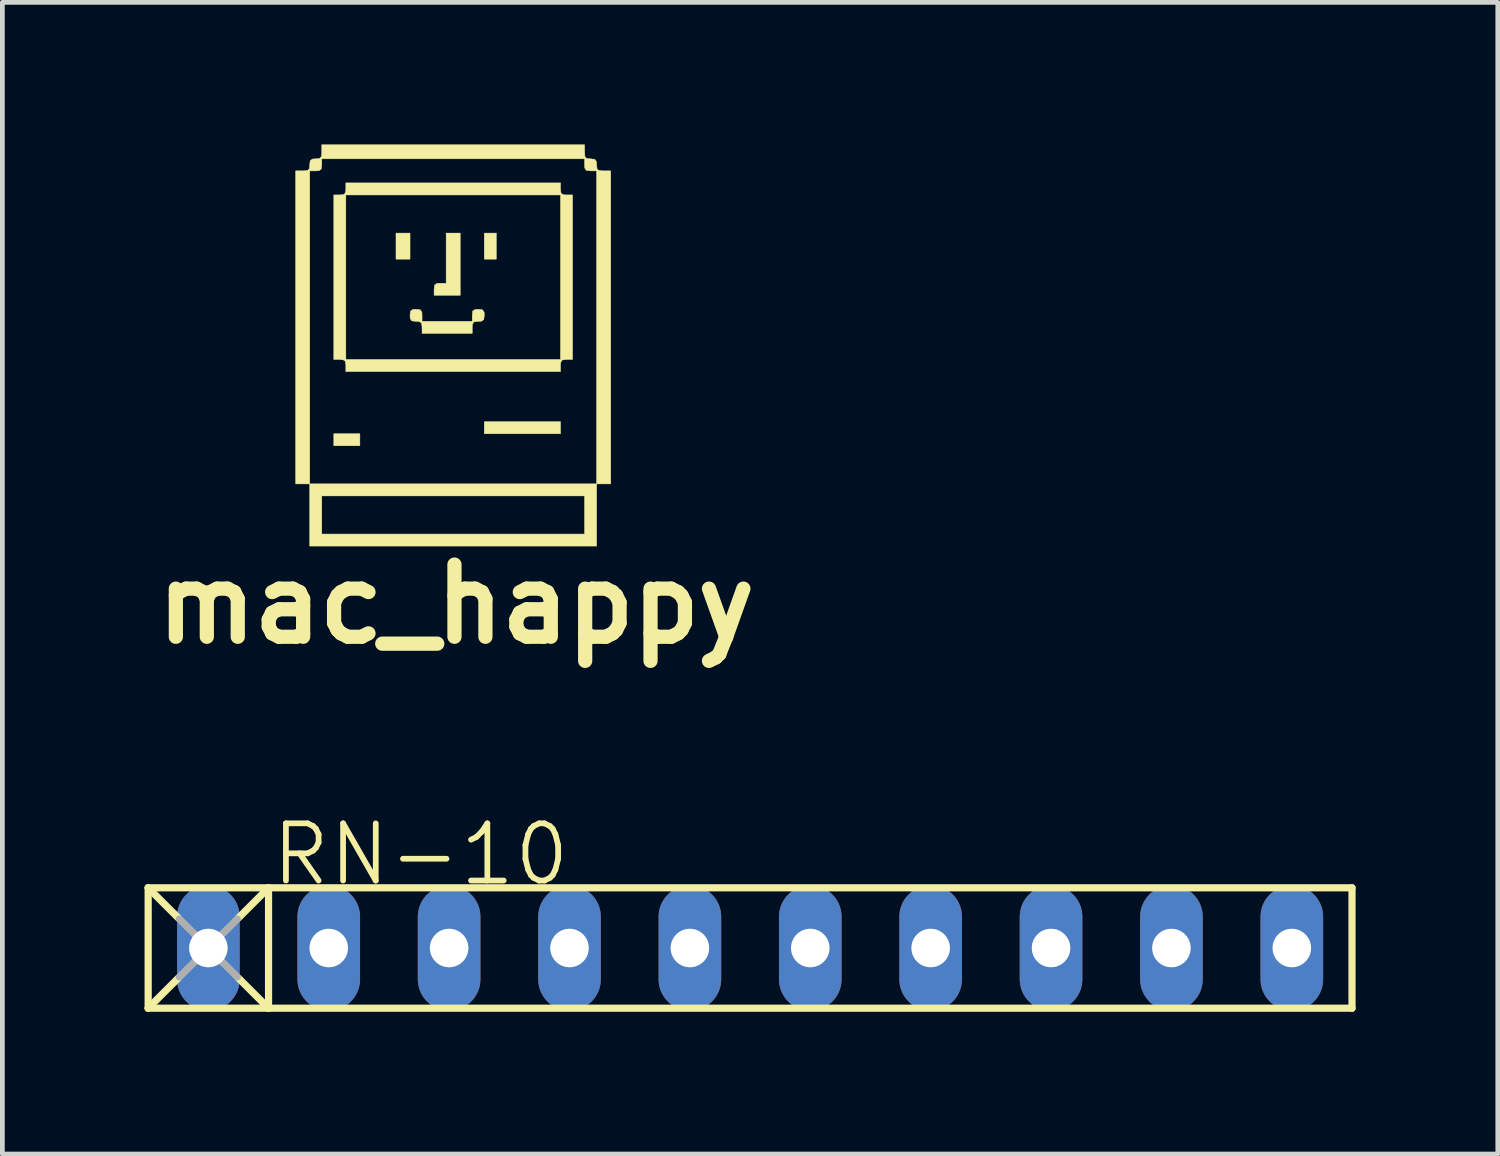
<source format=kicad_pcb>
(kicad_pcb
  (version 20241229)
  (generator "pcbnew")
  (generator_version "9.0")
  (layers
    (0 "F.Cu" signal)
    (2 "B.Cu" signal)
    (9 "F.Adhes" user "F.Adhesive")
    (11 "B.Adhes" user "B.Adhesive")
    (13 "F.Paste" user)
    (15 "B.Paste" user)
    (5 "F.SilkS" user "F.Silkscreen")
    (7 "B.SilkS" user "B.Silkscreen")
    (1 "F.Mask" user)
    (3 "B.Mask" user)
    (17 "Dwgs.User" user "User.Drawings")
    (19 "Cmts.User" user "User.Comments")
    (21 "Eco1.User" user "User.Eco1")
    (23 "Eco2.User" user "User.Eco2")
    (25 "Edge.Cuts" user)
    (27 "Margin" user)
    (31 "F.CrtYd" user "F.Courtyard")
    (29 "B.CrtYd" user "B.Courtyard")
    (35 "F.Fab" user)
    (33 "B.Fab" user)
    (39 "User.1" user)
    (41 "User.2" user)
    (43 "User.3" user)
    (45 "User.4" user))
  (footprint "mac_happy"
    (layer "F.Cu")
    (at 6.575 4.196)
    (property "Reference" "mac_happy" (at 0 5.5 0) (layer "F.SilkS") (effects (font (size 1.524 1.524) (thickness 0.3))))
    (attr through_hole)
    (fp_poly (pts (xy -2.032 2.159) (xy -2.582 2.159) (xy -2.582 1.905) (xy -2.032 1.905) (xy -2.032 2.159)) (stroke (width 0.01) (type solid)) (fill yes) (layer "F.SilkS"))
    (fp_poly (pts (xy -0.974 -1.778) (xy -1.27 -1.778) (xy -1.27 -2.328) (xy -0.974 -2.328) (xy -0.974 -1.778)) (stroke (width 0.01) (type solid)) (fill yes) (layer "F.SilkS"))
    (fp_poly (pts (xy 0.847 -1.778) (xy 0.593 -1.778) (xy 0.593 -2.328) (xy 0.847 -2.328) (xy 0.847 -1.778)) (stroke (width 0.01) (type solid)) (fill yes) (layer "F.SilkS"))
    (fp_poly (pts (xy 2.201 1.905) (xy 0.593 1.905) (xy 0.593 1.651) (xy 2.201 1.651) (xy 2.201 1.905)) (stroke (width 0.01) (type solid)) (fill yes) (layer "F.SilkS"))
    (fp_poly (pts (xy 0.085 -1.016) (xy -0.466 -1.016) (xy -0.466 -1.143) (xy -0.455 -1.233) (xy -0.406 -1.266) (xy -0.339 -1.27) (xy -0.212 -1.27) (xy -0.212 -2.328) (xy 0.085 -2.328) (xy 0.085 -1.016)) (stroke (width 0.01) (type solid)) (fill yes) (layer "F.SilkS"))
    (fp_poly (pts (xy 0.556 -0.709) (xy 0.589 -0.66) (xy 0.593 -0.593) (xy 0.582 -0.503) (xy 0.533 -0.47) (xy 0.466 -0.466) (xy 0.376 -0.455) (xy 0.343 -0.406) (xy 0.339 -0.339) (xy 0.339 -0.212) (xy -0.72 -0.212) (xy -0.72 -0.339) (xy -0.73 -0.429) (xy -0.78 -0.462) (xy -0.847 -0.466) (xy -0.937 -0.476) (xy -0.97 -0.526) (xy -0.974 -0.593) (xy -0.963 -0.683) (xy -0.914 -0.716) (xy -0.847 -0.72) (xy -0.757 -0.709) (xy -0.724 -0.66) (xy -0.72 -0.593) (xy -0.72 -0.466) (xy 0.339 -0.466) (xy 0.339 -0.593) (xy 0.349 -0.683) (xy 0.399 -0.716) (xy 0.466 -0.72) (xy 0.556 -0.709)) (stroke (width 0.01) (type solid)) (fill yes) (layer "F.SilkS"))
    (fp_poly (pts (xy 2.201 -3.26) (xy 2.212 -3.17) (xy 2.261 -3.137) (xy 2.328 -3.133) (xy 2.455 -3.133) (xy 2.455 0.339) (xy 2.328 0.339) (xy 2.238 0.349) (xy 2.205 0.399) (xy 2.201 0.466) (xy 2.201 0.593) (xy -2.328 0.593) (xy -2.328 0.466) (xy -2.339 0.376) (xy -2.388 0.343) (xy -2.455 0.339) (xy -2.582 0.339) (xy -2.582 -3.133) (xy -2.455 -3.133) (xy -2.328 -3.133) (xy -2.328 0.339) (xy 2.201 0.339) (xy 2.201 -3.133) (xy -2.328 -3.133) (xy -2.455 -3.133) (xy -2.365 -3.143) (xy -2.332 -3.193) (xy -2.328 -3.26) (xy -2.328 -3.387) (xy 2.201 -3.387) (xy 2.201 -3.26)) (stroke (width 0.01) (type solid)) (fill yes) (layer "F.SilkS"))
    (fp_poly (pts (xy 2.709 -4.043) (xy 2.716 -3.943) (xy 2.752 -3.902) (xy 2.836 -3.895) (xy 2.926 -3.884) (xy 2.959 -3.835) (xy 2.963 -3.768) (xy 2.972 -3.682) (xy 3.013 -3.647) (xy 3.111 -3.641) (xy 3.26 -3.641) (xy 3.26 2.963) (xy 2.963 2.963) (xy 2.963 4.276) (xy -3.09 4.276) (xy -3.09 3.217) (xy -2.836 3.217) (xy -2.836 4.022) (xy 2.709 4.022) (xy 2.709 3.217) (xy -2.836 3.217) (xy -3.09 3.217) (xy -3.09 2.963) (xy -3.387 2.963) (xy -3.387 -3.641) (xy -3.239 -3.641) (xy -3.09 -3.641) (xy -3.09 2.963) (xy 2.963 2.963) (xy 2.963 -3.641) (xy 2.836 -3.641) (xy 2.746 -3.651) (xy 2.713 -3.701) (xy 2.709 -3.768) (xy 2.709 -3.895) (xy -2.836 -3.895) (xy -2.836 -3.768) (xy -2.847 -3.678) (xy -2.896 -3.645) (xy -2.963 -3.641) (xy -3.09 -3.641) (xy -3.239 -3.641) (xy -3.139 -3.648) (xy -3.098 -3.684) (xy -3.09 -3.768) (xy -3.08 -3.858) (xy -3.03 -3.891) (xy -2.963 -3.895) (xy -2.878 -3.903) (xy -2.843 -3.945) (xy -2.836 -4.043) (xy -2.836 -4.191) (xy 2.709 -4.191) (xy 2.709 -4.043)) (stroke (width 0.01) (type solid)) (fill yes) (layer "F.SilkS")))
  (footprint "RN-10"
    (layer "F.Cu")
    (at 12.776 16.952)
    (property "Reference" "RN-10" (at -10.16 -1.27 0) (layer "F.SilkS") (effects (font (size 1.206 1.206) (thickness 0.121)) (justify left bottom)))
    (attr through_hole)
    (fp_line (start -12.7 -1.27) (end -12.7 1.27) (stroke (width 0.152) (type solid)) (layer "F.SilkS"))
    (fp_line (start -12.7 -1.27) (end -12.065 -0.635) (stroke (width 0.152) (type solid)) (layer "F.SilkS"))
    (fp_line (start -12.7 1.27) (end -12.065 0.635) (stroke (width 0.152) (type solid)) (layer "F.SilkS"))
    (fp_line (start -12.7 1.27) (end -10.16 1.27) (stroke (width 0.152) (type solid)) (layer "F.SilkS"))
    (fp_line (start -10.16 -1.27) (end -12.7 -1.27) (stroke (width 0.152) (type solid)) (layer "F.SilkS"))
    (fp_line (start -10.16 -1.27) (end -10.795 -0.635) (stroke (width 0.152) (type solid)) (layer "F.SilkS"))
    (fp_line (start -10.16 -1.27) (end -10.16 1.27) (stroke (width 0.152) (type solid)) (layer "F.SilkS"))
    (fp_line (start -10.16 1.27) (end -10.795 0.635) (stroke (width 0.152) (type solid)) (layer "F.SilkS"))
    (fp_line (start -10.16 1.27) (end 12.7 1.27) (stroke (width 0.152) (type solid)) (layer "F.SilkS"))
    (fp_line (start 12.7 -1.27) (end -10.16 -1.27) (stroke (width 0.152) (type solid)) (layer "F.SilkS"))
    (fp_line (start 12.7 1.27) (end 12.7 -1.27) (stroke (width 0.152) (type solid)) (layer "F.SilkS"))
    (fp_line (start -12.04 -0.61) (end -10.82 0.61) (stroke (width 0.152) (type solid)) (layer "F.Fab"))
    (fp_line (start -12.04 0.61) (end -10.82 -0.61) (stroke (width 0.152) (type solid)) (layer "F.Fab"))
    (pad "1" thru_hole oval (at -11.43 0 90) (size 2.642 1.321) (drill 0.813) (layers "*.Cu" "*.Mask"))
    (pad "2" thru_hole oval (at -8.89 0 90) (size 2.642 1.321) (drill 0.813) (layers "*.Cu" "*.Mask"))
    (pad "3" thru_hole oval (at -6.35 0 90) (size 2.642 1.321) (drill 0.813) (layers "*.Cu" "*.Mask"))
    (pad "4" thru_hole oval (at -3.81 0 90) (size 2.642 1.321) (drill 0.813) (layers "*.Cu" "*.Mask"))
    (pad "5" thru_hole oval (at -1.27 0 90) (size 2.642 1.321) (drill 0.813) (layers "*.Cu" "*.Mask"))
    (pad "6" thru_hole oval (at 1.27 0 90) (size 2.642 1.321) (drill 0.813) (layers "*.Cu" "*.Mask"))
    (pad "7" thru_hole oval (at 3.81 0 90) (size 2.642 1.321) (drill 0.813) (layers "*.Cu" "*.Mask"))
    (pad "8" thru_hole oval (at 6.35 0 90) (size 2.642 1.321) (drill 0.813) (layers "*.Cu" "*.Mask"))
    (pad "9" thru_hole oval (at 8.89 0 90) (size 2.642 1.321) (drill 0.813) (layers "*.Cu" "*.Mask"))
    (pad "10" thru_hole oval (at 11.43 0 90) (size 2.642 1.321) (drill 0.813) (layers "*.Cu" "*.Mask")))
  (gr_rect
    (start -3 -3)
    (end 28.552 21.299)
    (stroke (width 0.1) (type default))
    (fill no)
    (layer "Edge.Cuts")))
</source>
